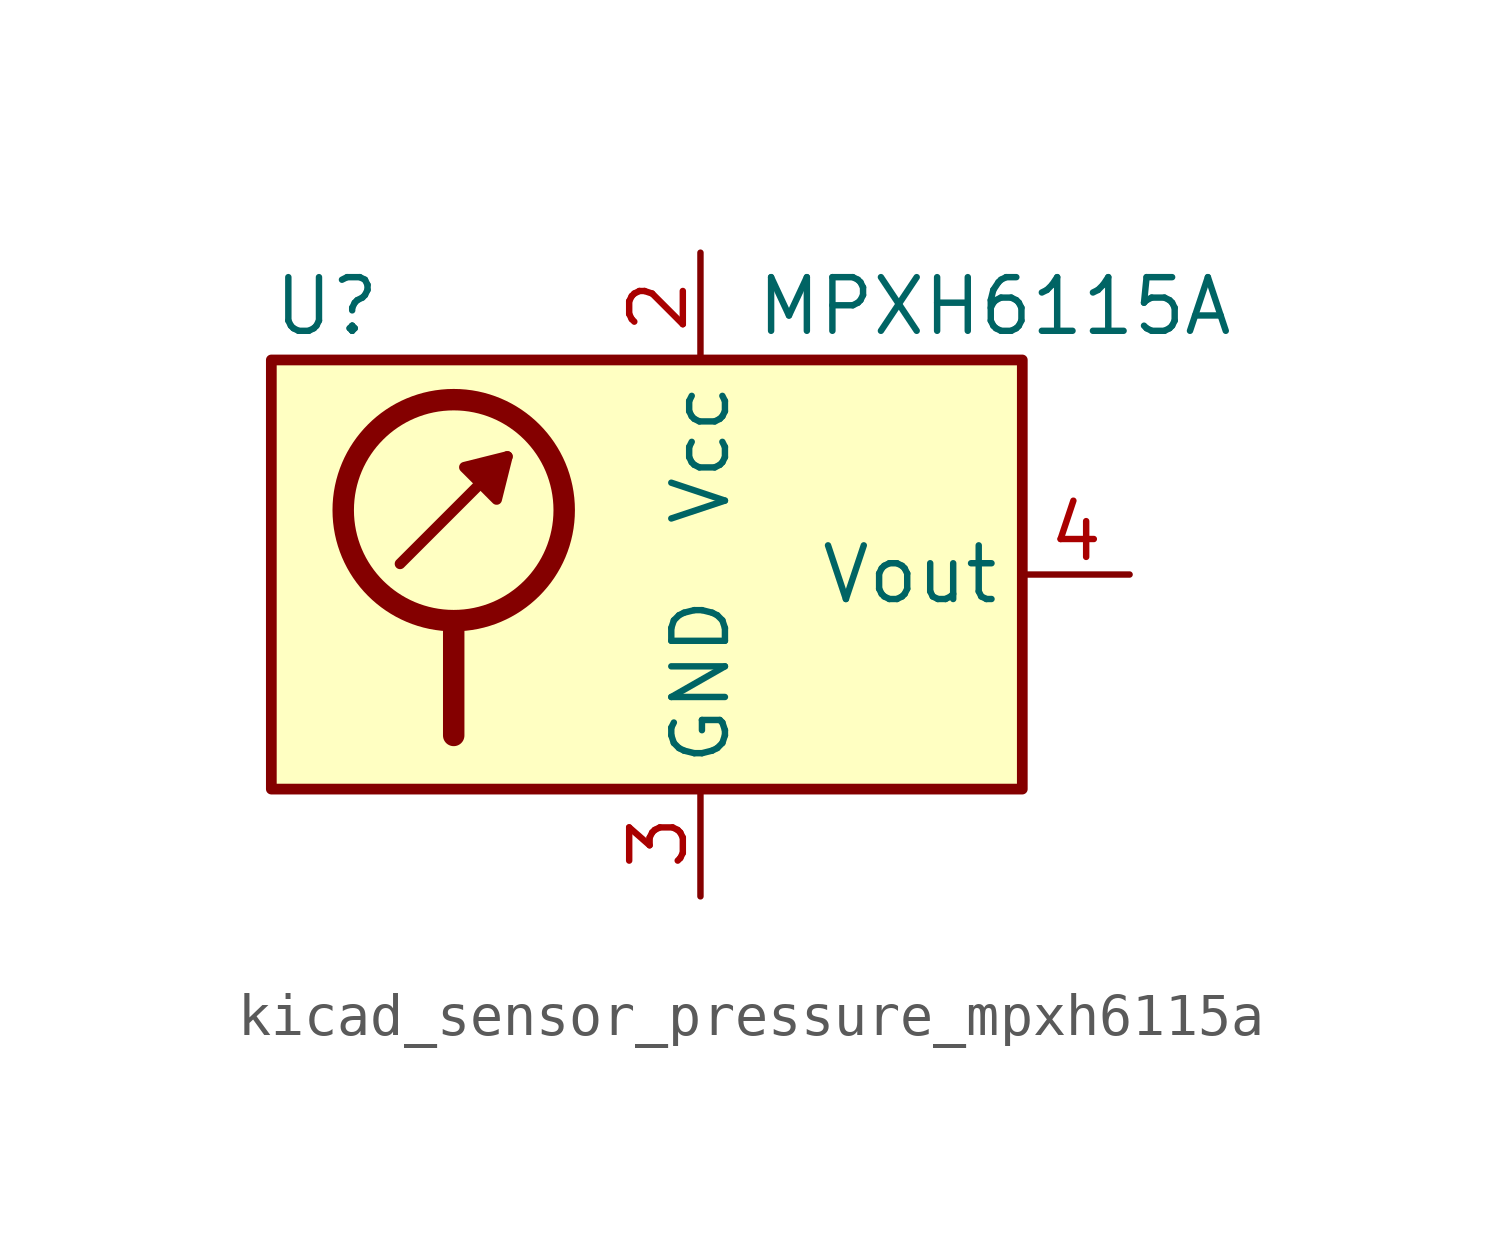
<source format=kicad_sym>
(kicad_symbol_lib
  (version 20220914)
  (generator kicad_symbol_editor)
  (symbol "kicad_sensor_pressure_mpxh6115a"
    (property "Reference" "U"
      (at -10.16 6.35 0)
      (effects (font (size 1.27 1.27)) (justify left)))
    (property "Value" "MPXH6115A"
      (at 1.27 6.35 0)
      (effects (font (size 1.27 1.27)) (justify left)))
    (symbol "kicad_sensor_pressure_mpxh6115a_0_1"
      (circle (center -5.842 1.524) (radius 2.616) (stroke (width 0.508) (type default)) (fill (type none)))
      (polyline (pts (xy -7.112 0.254) (xy -4.572 2.794)) (stroke (width 0.254) (type default)) (fill (type none)))
      (polyline (pts (xy -5.842 -1.27) (xy -5.842 -3.81)) (stroke (width 0.508) (type default)) (fill (type none)))
      (polyline (pts (xy -4.572 2.794) (xy -4.826 1.778) (xy -5.588 2.54) (xy -4.572 2.794)) (stroke (width 0.254) (type default)) (fill (type outline)))
      (rectangle (start 7.62 5.08) (end -10.16 -5.08) (stroke (width 0.254) (type default)) (fill (type background))))
    (symbol "kicad_sensor_pressure_mpxh6115a_1_1"
      (pin no_connect line (at 5.08 -5.08 90) (length 2.54) hide (name "NC" (effects (font (size 1.27 1.27)))) (number "1" (effects (font (size 1.27 1.27)))))
      (pin power_in line (at 0 7.62 270) (length 2.54) (name "Vcc" (effects (font (size 1.27 1.27)))) (number "2" (effects (font (size 1.27 1.27)))))
      (pin power_in line (at 0 -7.62 90) (length 2.54) (name "GND" (effects (font (size 1.27 1.27)))) (number "3" (effects (font (size 1.27 1.27)))))
      (pin output line (at 10.16 0 180) (length 2.54) (name "Vout" (effects (font (size 1.27 1.27)))) (number "4" (effects (font (size 1.27 1.27)))))
      (pin no_connect line (at -7.62 -5.08 90) (length 2.54) hide (name "NC" (effects (font (size 1.27 1.27)))) (number "5" (effects (font (size 1.27 1.27)))))
      (pin no_connect line (at -5.08 -5.08 90) (length 2.54) hide (name "NC" (effects (font (size 1.27 1.27)))) (number "6" (effects (font (size 1.27 1.27)))))
      (pin no_connect line (at -2.54 -5.08 90) (length 2.54) hide (name "NC" (effects (font (size 1.27 1.27)))) (number "7" (effects (font (size 1.27 1.27)))))
      (pin no_connect line (at 2.54 -5.08 90) (length 2.54) hide (name "NC" (effects (font (size 1.27 1.27)))) (number "8" (effects (font (size 1.27 1.27))))))))
</source>
